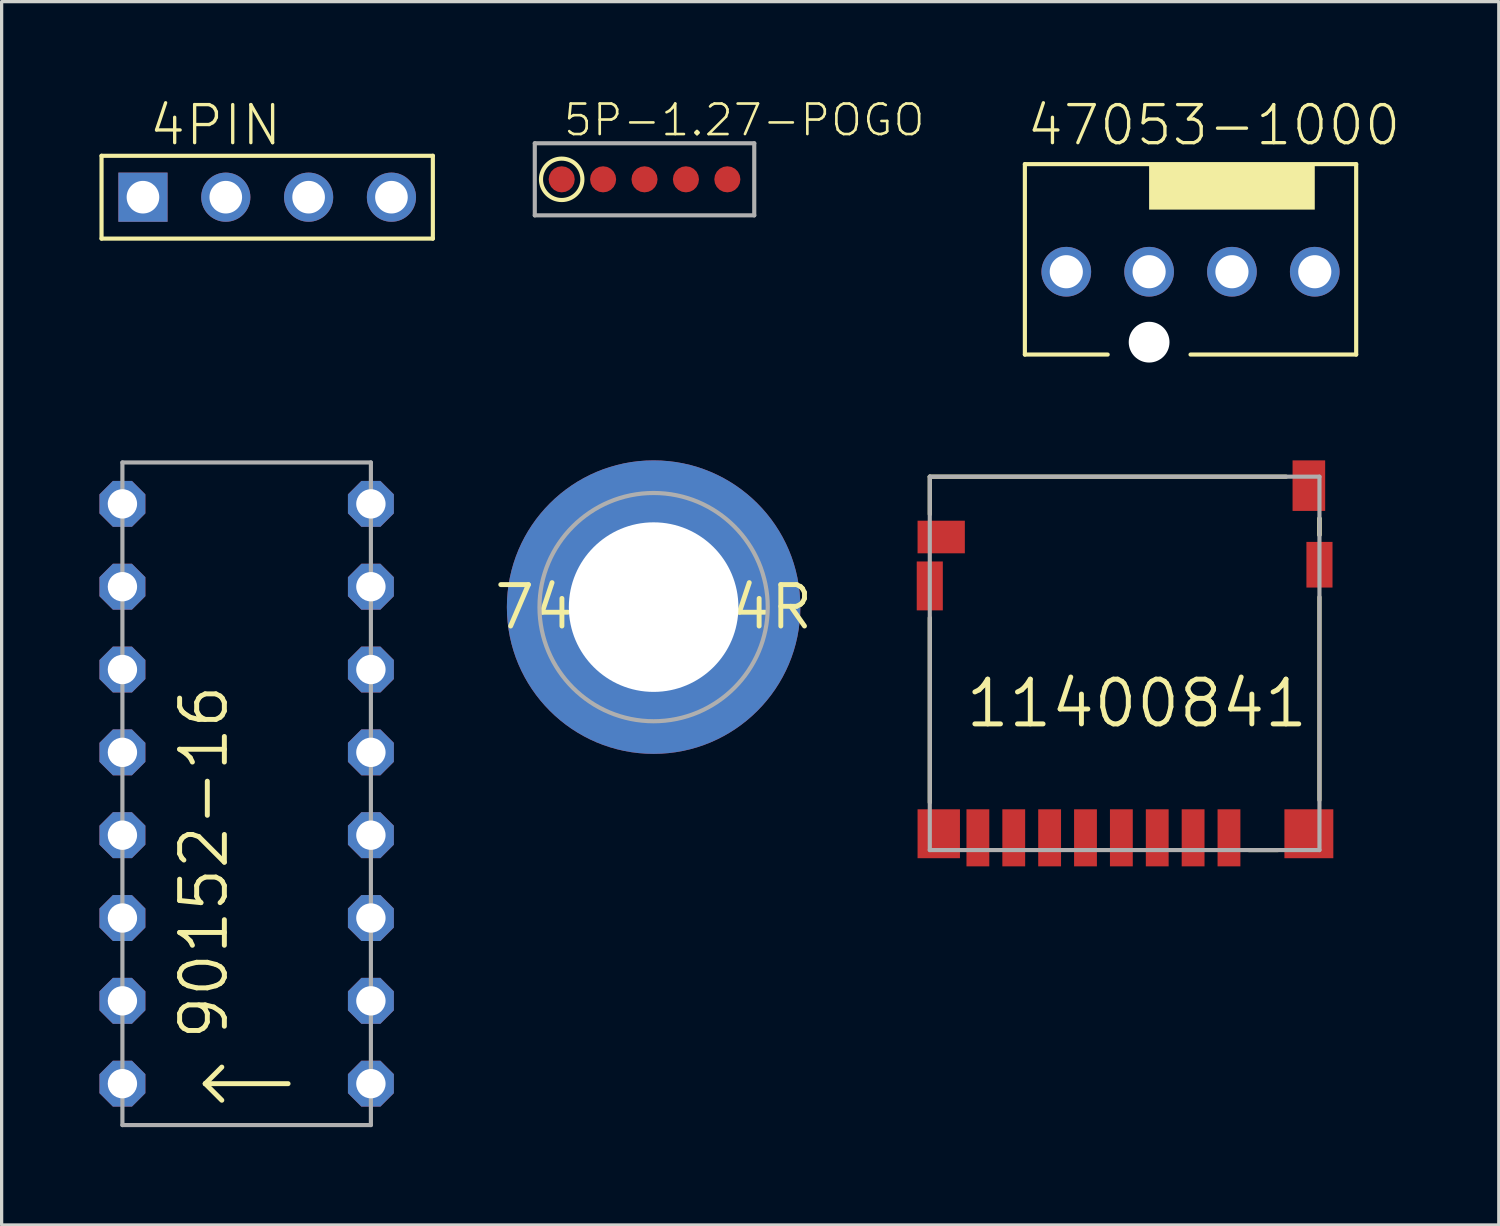
<source format=kicad_pcb>
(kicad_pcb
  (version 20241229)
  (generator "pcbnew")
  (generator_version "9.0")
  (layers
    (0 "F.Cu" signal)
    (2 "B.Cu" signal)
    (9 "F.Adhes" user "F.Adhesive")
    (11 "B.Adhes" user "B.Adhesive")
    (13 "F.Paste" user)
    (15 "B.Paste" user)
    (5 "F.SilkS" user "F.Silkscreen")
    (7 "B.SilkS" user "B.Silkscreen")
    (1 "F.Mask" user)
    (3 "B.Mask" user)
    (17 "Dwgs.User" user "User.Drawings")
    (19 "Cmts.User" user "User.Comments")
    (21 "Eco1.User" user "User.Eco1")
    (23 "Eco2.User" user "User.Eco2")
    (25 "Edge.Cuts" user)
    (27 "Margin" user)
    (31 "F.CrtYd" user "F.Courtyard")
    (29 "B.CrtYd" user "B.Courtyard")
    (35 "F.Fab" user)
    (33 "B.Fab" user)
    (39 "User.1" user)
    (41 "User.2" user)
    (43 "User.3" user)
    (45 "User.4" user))
  (footprint "11400841"
    (layer "F.Cu")
    (at 31.438 17.293)
    (property "Reference" "11400841" (at -4.953 2.032 0) (layer "F.SilkS") (effects (font (size 1.372 1.372) (thickness 0.152)) (justify left bottom)))
    (fp_poly (pts (xy -6.477 -3.226) (xy -5.473 -3.226) (xy -5.473 -3.277) (xy -6.477 -3.277)) (stroke (width 0) (type default)) (fill yes) (layer "F.Mask"))
    (fp_line (start -5.975 -5.725) (end 4.953 -5.725) (stroke (width 0.127) (type solid)) (layer "F.SilkS"))
    (fp_line (start -5.975 -4.572) (end -5.975 -5.725) (stroke (width 0.127) (type solid)) (layer "F.SilkS"))
    (fp_line (start -5.975 4.267) (end -5.975 -1.397) (stroke (width 0.127) (type solid)) (layer "F.SilkS"))
    (fp_line (start 4.699 5.725) (end 3.81 5.725) (stroke (width 0.127) (type solid)) (layer "F.SilkS"))
    (fp_line (start 5.975 -4.445) (end 5.975 -3.937) (stroke (width 0.127) (type solid)) (layer "F.SilkS"))
    (fp_line (start 5.975 -4.445) (end 5.975 -3.937) (stroke (width 0.127) (type solid)) (layer "F.SilkS"))
    (fp_line (start 5.975 -2.032) (end 5.975 4.191) (stroke (width 0.127) (type solid)) (layer "F.SilkS"))
    (fp_line (start -5.975 -5.725) (end 5.975 -5.725) (stroke (width 0.127) (type solid)) (layer "F.Fab"))
    (fp_line (start -5.975 5.725) (end -5.975 -5.725) (stroke (width 0.127) (type solid)) (layer "F.Fab"))
    (fp_line (start 5.975 -5.725) (end 5.975 5.725) (stroke (width 0.127) (type solid)) (layer "F.Fab"))
    (fp_line (start 5.975 5.725) (end -5.975 5.725) (stroke (width 0.127) (type solid)) (layer "F.Fab"))
    (pad "1" smd rect (at 3.2 5.35) (size 0.7 1.75) (layers "F.Cu" "F.Mask" "F.Paste"))
    (pad "2" smd rect (at 2.1 5.35) (size 0.7 1.75) (layers "F.Cu" "F.Mask" "F.Paste"))
    (pad "3" smd rect (at 1 5.35) (size 0.7 1.75) (layers "F.Cu" "F.Mask" "F.Paste"))
    (pad "4" smd rect (at -0.1 5.35) (size 0.7 1.75) (layers "F.Cu" "F.Mask" "F.Paste"))
    (pad "5" smd rect (at -1.2 5.35) (size 0.7 1.75) (layers "F.Cu" "F.Mask" "F.Paste"))
    (pad "6" smd rect (at -2.3 5.35) (size 0.7 1.75) (layers "F.Cu" "F.Mask" "F.Paste"))
    (pad "7" smd rect (at -3.4 5.35) (size 0.7 1.75) (layers "F.Cu" "F.Mask" "F.Paste"))
    (pad "8" smd rect (at -4.5 5.35) (size 0.7 1.75) (layers "F.Cu" "F.Mask" "F.Paste"))
    (pad "CD1" smd rect (at -5.625 -3.875) (size 1.45 1) (layers "F.Cu" "F.Mask" "F.Paste"))
    (pad "CD2" smd rect (at 5.65 -5.45) (size 1 1.55) (layers "F.Cu" "F.Mask" "F.Paste"))
    (pad "H1" smd rect (at -5.7 5.225) (size 1.3 1.5) (layers "F.Cu" "F.Mask" "F.Paste"))
    (pad "H2" smd rect (at 5.65 5.225) (size 1.5 1.5) (layers "F.Cu" "F.Mask" "F.Paste"))
    (pad "H3" smd rect (at -5.975 -2.375) (size 0.8 1.5) (layers "F.Cu" "F.Mask" "F.Paste"))
    (pad "H4" smd rect (at 5.975 -3.025) (size 0.8 1.4) (layers "F.Cu" "F.Mask" "F.Paste"))
    (zone (net_name "") (layer "F.Cu") (hatch edge 0.5) (connect_pads) (min_thickness 0.25) (filled_areas_thickness no) (keepout (tracks not_allowed) (vias not_allowed) (pads not_allowed) (copperpour not_allowed) (footprints allowed)) (placement (enabled no)) (fill) (polygon (pts (xy 26.538 17.668) (xy 35.038 17.668) (xy 35.038 15.668) (xy 26.538 15.668))))
    (zone (net_name "") (layer "F.Cu") (hatch edge 0.5) (connect_pads) (min_thickness 0.25) (filled_areas_thickness no) (keepout (tracks not_allowed) (vias not_allowed) (pads not_allowed) (copperpour not_allowed) (footprints allowed)) (placement (enabled no)) (fill) (polygon (pts (xy 29.488 13.568) (xy 31.988 13.568) (xy 31.988 11.568) (xy 29.488 11.568)))))
  (footprint "90152-16"
    (layer "F.Cu")
    (at 4.514 21.292)
    (property "Reference" "90152-16" (at -0.508 7.62 90) (layer "F.SilkS") (effects (font (size 1.372 1.372) (thickness 0.152)) (justify left bottom)))
    (fp_line (start -1.27 8.89) (end -0.762 8.382) (stroke (width 0.152) (type solid)) (layer "F.SilkS"))
    (fp_line (start -1.27 8.89) (end -0.762 9.398) (stroke (width 0.152) (type solid)) (layer "F.SilkS"))
    (fp_line (start 1.27 8.89) (end -1.27 8.89) (stroke (width 0.152) (type solid)) (layer "F.SilkS"))
    (fp_line (start -3.81 -10.16) (end -3.81 10.16) (stroke (width 0.127) (type solid)) (layer "F.Fab"))
    (fp_line (start -3.81 10.16) (end 3.81 10.16) (stroke (width 0.127) (type solid)) (layer "F.Fab"))
    (fp_line (start 3.81 -10.16) (end -3.81 -10.16) (stroke (width 0.127) (type solid)) (layer "F.Fab"))
    (fp_line (start 3.81 10.16) (end 3.81 -10.16) (stroke (width 0.127) (type solid)) (layer "F.Fab"))
    (pad "1" thru_hole roundrect (at -3.81 8.89) (size 1.408 1.408) (drill 0.9) (layers "*.Cu" "*.Mask") (roundrect_rratio 0.25) (chamfer_ratio 0.293) (chamfer top_left top_right bottom_left bottom_right))
    (pad "2" thru_hole roundrect (at 3.81 8.89) (size 1.408 1.408) (drill 0.9) (layers "*.Cu" "*.Mask") (roundrect_rratio 0.25) (chamfer_ratio 0.293) (chamfer top_left top_right bottom_left bottom_right))
    (pad "3" thru_hole roundrect (at -3.81 6.35) (size 1.408 1.408) (drill 0.9) (layers "*.Cu" "*.Mask") (roundrect_rratio 0.25) (chamfer_ratio 0.293) (chamfer top_left top_right bottom_left bottom_right))
    (pad "4" thru_hole roundrect (at 3.81 6.35) (size 1.408 1.408) (drill 0.9) (layers "*.Cu" "*.Mask") (roundrect_rratio 0.25) (chamfer_ratio 0.293) (chamfer top_left top_right bottom_left bottom_right))
    (pad "5" thru_hole roundrect (at -3.81 3.81) (size 1.408 1.408) (drill 0.9) (layers "*.Cu" "*.Mask") (roundrect_rratio 0.25) (chamfer_ratio 0.293) (chamfer top_left top_right bottom_left bottom_right))
    (pad "6" thru_hole roundrect (at 3.81 3.81) (size 1.408 1.408) (drill 0.9) (layers "*.Cu" "*.Mask") (roundrect_rratio 0.25) (chamfer_ratio 0.293) (chamfer top_left top_right bottom_left bottom_right))
    (pad "7" thru_hole roundrect (at -3.81 1.27) (size 1.408 1.408) (drill 0.9) (layers "*.Cu" "*.Mask") (roundrect_rratio 0.25) (chamfer_ratio 0.293) (chamfer top_left top_right bottom_left bottom_right))
    (pad "8" thru_hole roundrect (at 3.81 1.27) (size 1.408 1.408) (drill 0.9) (layers "*.Cu" "*.Mask") (roundrect_rratio 0.25) (chamfer_ratio 0.293) (chamfer top_left top_right bottom_left bottom_right))
    (pad "9" thru_hole roundrect (at -3.81 -1.27) (size 1.408 1.408) (drill 0.9) (layers "*.Cu" "*.Mask") (roundrect_rratio 0.25) (chamfer_ratio 0.293) (chamfer top_left top_right bottom_left bottom_right))
    (pad "10" thru_hole roundrect (at 3.81 -1.27) (size 1.408 1.408) (drill 0.9) (layers "*.Cu" "*.Mask") (roundrect_rratio 0.25) (chamfer_ratio 0.293) (chamfer top_left top_right bottom_left bottom_right))
    (pad "11" thru_hole roundrect (at -3.81 -3.81) (size 1.408 1.408) (drill 0.9) (layers "*.Cu" "*.Mask") (roundrect_rratio 0.25) (chamfer_ratio 0.293) (chamfer top_left top_right bottom_left bottom_right))
    (pad "12" thru_hole roundrect (at 3.81 -3.81) (size 1.408 1.408) (drill 0.9) (layers "*.Cu" "*.Mask") (roundrect_rratio 0.25) (chamfer_ratio 0.293) (chamfer top_left top_right bottom_left bottom_right))
    (pad "13" thru_hole roundrect (at -3.81 -6.35) (size 1.408 1.408) (drill 0.9) (layers "*.Cu" "*.Mask") (roundrect_rratio 0.25) (chamfer_ratio 0.293) (chamfer top_left top_right bottom_left bottom_right))
    (pad "14" thru_hole roundrect (at 3.81 -6.35) (size 1.408 1.408) (drill 0.9) (layers "*.Cu" "*.Mask") (roundrect_rratio 0.25) (chamfer_ratio 0.293) (chamfer top_left top_right bottom_left bottom_right))
    (pad "15" thru_hole roundrect (at -3.81 -8.89) (size 1.408 1.408) (drill 0.9) (layers "*.Cu" "*.Mask") (roundrect_rratio 0.25) (chamfer_ratio 0.293) (chamfer top_left top_right bottom_left bottom_right))
    (pad "16" thru_hole roundrect (at 3.81 -8.89) (size 1.408 1.408) (drill 0.9) (layers "*.Cu" "*.Mask") (roundrect_rratio 0.25) (chamfer_ratio 0.293) (chamfer top_left top_right bottom_left bottom_right)))
  (footprint "5P-1.27-POGO"
    (layer "F.Cu")
    (at 16.715 2.449)
    (property "Reference" "5P-1.27-POGO" (at -2.54 -1.27 0) (layer "F.SilkS") (effects (font (size 0.935 0.935) (thickness 0.081)) (justify left bottom)))
    (fp_circle (center -2.54 0) (end -2.365 0) (stroke (width 0.4) (type solid)) (fill no) (layer "F.Mask"))
    (fp_circle (center -1.27 0) (end -1.095 0) (stroke (width 0.4) (type solid)) (fill no) (layer "F.Mask"))
    (fp_circle (center 0 0) (end 0.175 0) (stroke (width 0.4) (type solid)) (fill no) (layer "F.Mask"))
    (fp_circle (center 1.27 0) (end 1.445 0) (stroke (width 0.4) (type solid)) (fill no) (layer "F.Mask"))
    (fp_circle (center 2.54 0) (end 2.715 0) (stroke (width 0.4) (type solid)) (fill no) (layer "F.Mask"))
    (fp_circle (center -2.54 0) (end -1.905 0) (stroke (width 0.127) (type solid)) (fill no) (layer "F.SilkS"))
    (fp_line (start -3.365 -1.105) (end 3.365 -1.105) (stroke (width 0.127) (type solid)) (layer "F.Fab"))
    (fp_line (start -3.365 1.105) (end -3.365 -1.105) (stroke (width 0.127) (type solid)) (layer "F.Fab"))
    (fp_line (start 3.365 -1.105) (end 3.365 1.105) (stroke (width 0.127) (type solid)) (layer "F.Fab"))
    (fp_line (start 3.365 1.105) (end -3.365 1.105) (stroke (width 0.127) (type solid)) (layer "F.Fab"))
    (pad "1" smd roundrect (at -2.54 0) (size 0.8 0.8) (layers "F.Cu") (roundrect_rratio 0.5))
    (pad "2" smd roundrect (at -1.27 0) (size 0.8 0.8) (layers "F.Cu") (roundrect_rratio 0.5))
    (pad "3" smd roundrect (at 0 0) (size 0.8 0.8) (layers "F.Cu") (roundrect_rratio 0.5))
    (pad "4" smd roundrect (at 1.27 0) (size 0.8 0.8) (layers "F.Cu") (roundrect_rratio 0.5))
    (pad "5" smd roundrect (at 2.54 0) (size 0.8 0.8) (layers "F.Cu") (roundrect_rratio 0.5)))
  (footprint "47053-1000"
    (layer "F.Cu")
    (at 33.459 5.283)
    (property "Reference" "47053-1000" (at -5.08 -3.81 0) (layer "F.SilkS") (effects (font (size 1.168 1.168) (thickness 0.102)) (justify left bottom)))
    (fp_line (start -5.08 -3.3) (end -5.08 2.54) (stroke (width 0.127) (type solid)) (layer "F.SilkS"))
    (fp_line (start -5.08 2.54) (end -2.54 2.54) (stroke (width 0.127) (type solid)) (layer "F.SilkS"))
    (fp_line (start 0 2.54) (end 5.08 2.54) (stroke (width 0.127) (type solid)) (layer "F.SilkS"))
    (fp_line (start 5.08 -3.3) (end -5.08 -3.3) (stroke (width 0.127) (type solid)) (layer "F.SilkS"))
    (fp_line (start 5.08 2.54) (end 5.08 -3.3) (stroke (width 0.127) (type solid)) (layer "F.SilkS"))
    (fp_poly (pts (xy -1.27 -1.905) (xy 3.81 -1.905) (xy 3.81 -3.3) (xy -1.27 -3.3)) (stroke (width 0) (type default)) (fill yes) (layer "F.SilkS"))
    (pad "" np_thru_hole circle (at -1.27 2.16) (size 1.25 1.25) (drill 1.25) (layers "*.Cu" "*.Mask"))
    (pad "1" thru_hole circle (at 3.81 0) (size 1.524 1.524) (drill 1.016) (layers "*.Cu" "*.Mask"))
    (pad "2" thru_hole circle (at 1.27 0) (size 1.524 1.524) (drill 1.016) (layers "*.Cu" "*.Mask"))
    (pad "3" thru_hole circle (at -1.27 0) (size 1.524 1.524) (drill 1.016) (layers "*.Cu" "*.Mask"))
    (pad "4" thru_hole circle (at -3.81 0) (size 1.524 1.524) (drill 1.016) (layers "*.Cu" "*.Mask")))
  (footprint "4PIN"
    (layer "F.Cu")
    (at 5.144 2.997)
    (property "Reference" "4PIN" (at -3.683 -1.524 0) (layer "F.SilkS") (effects (font (size 1.168 1.168) (thickness 0.102)) (justify left bottom)))
    (fp_line (start -5.08 -1.27) (end 5.08 -1.27) (stroke (width 0.127) (type solid)) (layer "F.SilkS"))
    (fp_line (start -5.08 1.27) (end -5.08 -1.27) (stroke (width 0.127) (type solid)) (layer "F.SilkS"))
    (fp_line (start 5.08 -1.27) (end 5.08 1.27) (stroke (width 0.127) (type solid)) (layer "F.SilkS"))
    (fp_line (start 5.08 1.27) (end -5.08 1.27) (stroke (width 0.127) (type solid)) (layer "F.SilkS"))
    (pad "1" thru_hole rect (at -3.81 0) (size 1.508 1.508) (drill 1) (layers "*.Cu" "*.Mask"))
    (pad "2" thru_hole circle (at -1.27 0) (size 1.508 1.508) (drill 1) (layers "*.Cu" "*.Mask"))
    (pad "3" thru_hole circle (at 1.27 0) (size 1.508 1.508) (drill 1) (layers "*.Cu" "*.Mask"))
    (pad "4" thru_hole circle (at 3.81 0) (size 1.508 1.508) (drill 1) (layers "*.Cu" "*.Mask")))
  (footprint "7466004R"
    (layer "F.Cu")
    (at 16.994 15.568)
    (property "Reference" "7466004R" (at 0 0 0) (layer "F.SilkS") (effects (font (size 1.27 1.27) (thickness 0.15))))
    (fp_circle (center 0 0) (end 3.5 0) (stroke (width 0.127) (type solid)) (fill no) (layer "F.Fab"))
    (pad "P" thru_hole circle (at 0 0) (size 9 9) (drill 5.2) (layers "*.Cu" "*.Mask")))
  (gr_rect
    (start -3 -3)
    (end 42.912 34.515)
    (stroke (width 0.1) (type default))
    (fill no)
    (layer "Edge.Cuts")))
</source>
